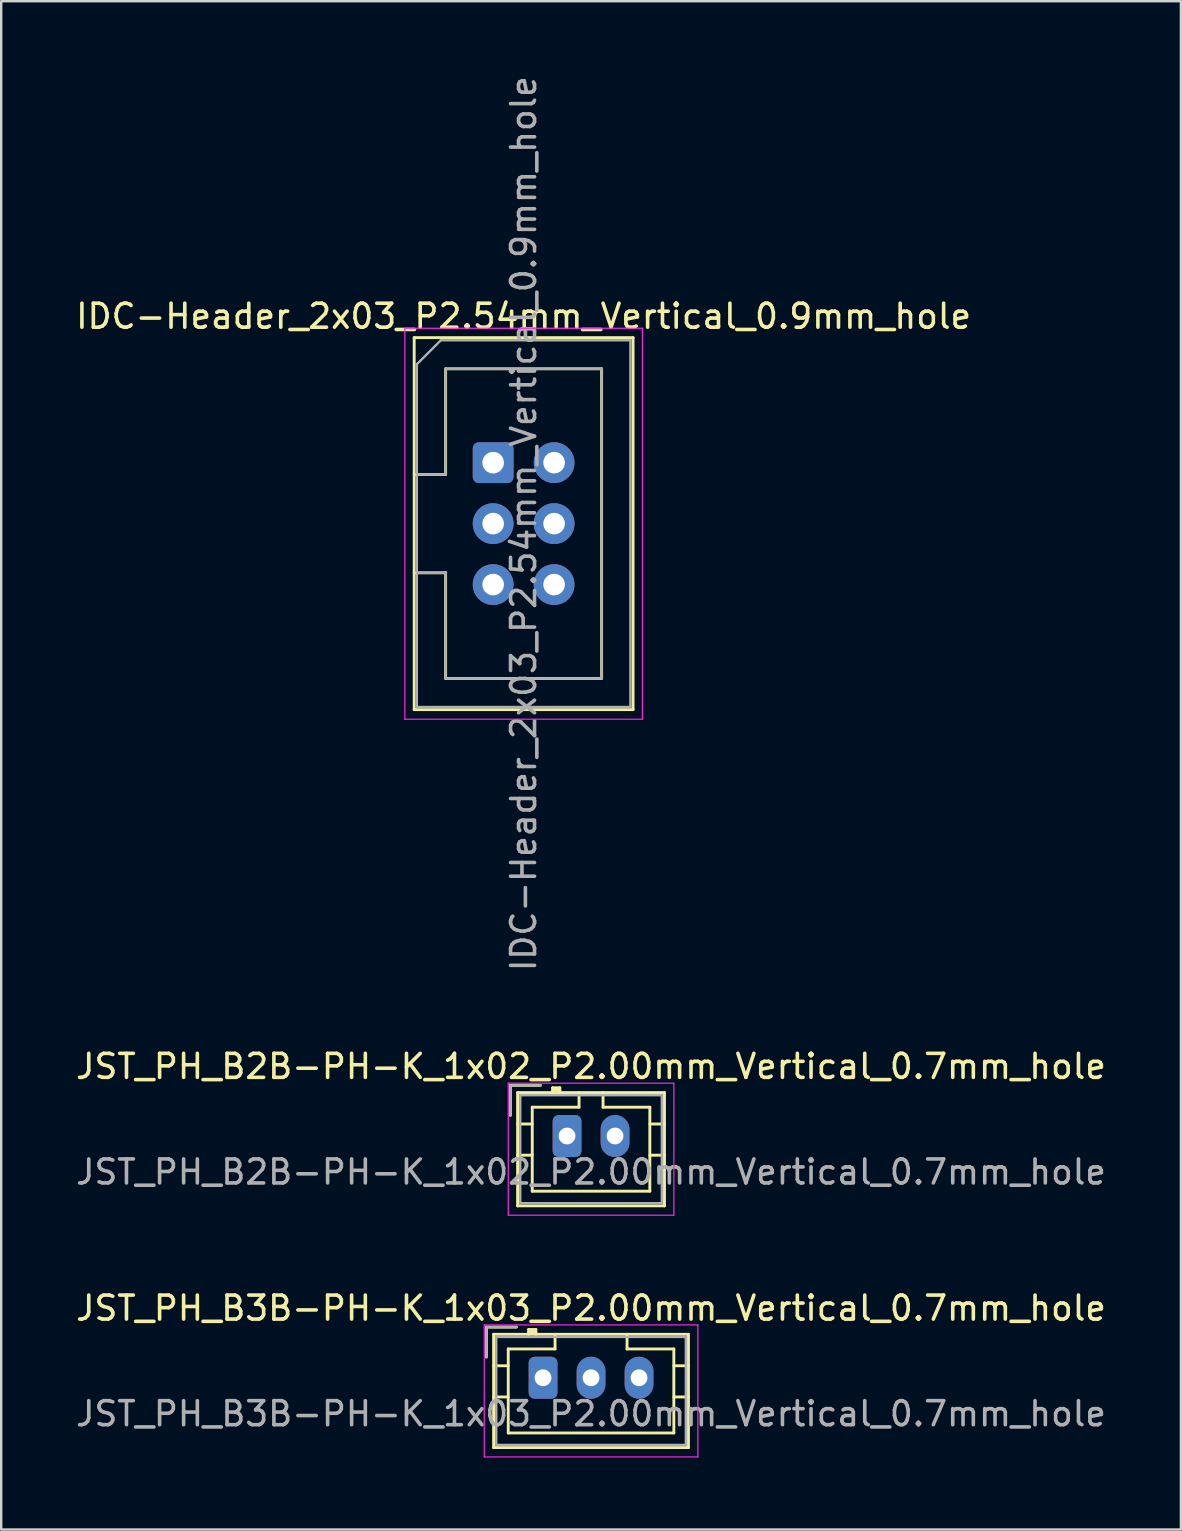
<source format=kicad_pcb>
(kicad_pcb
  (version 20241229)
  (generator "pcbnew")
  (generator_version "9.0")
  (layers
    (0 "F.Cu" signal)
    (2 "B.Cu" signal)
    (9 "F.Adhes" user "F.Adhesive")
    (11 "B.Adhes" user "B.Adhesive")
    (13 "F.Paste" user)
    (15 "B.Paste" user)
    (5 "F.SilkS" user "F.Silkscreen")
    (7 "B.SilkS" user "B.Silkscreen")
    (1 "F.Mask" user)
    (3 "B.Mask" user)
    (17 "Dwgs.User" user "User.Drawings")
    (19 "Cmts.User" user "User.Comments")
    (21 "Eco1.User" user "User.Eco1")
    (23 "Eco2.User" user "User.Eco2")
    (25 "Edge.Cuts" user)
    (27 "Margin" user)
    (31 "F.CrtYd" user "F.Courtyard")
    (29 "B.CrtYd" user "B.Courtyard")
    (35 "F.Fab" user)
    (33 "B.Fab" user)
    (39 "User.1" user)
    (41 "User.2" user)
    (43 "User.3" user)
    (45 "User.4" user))
  (footprint "IDC-Header_2x03_P2.54mm_Vertical_0.9mm_hole"
    (layer "F.Cu")
    (at 17.498 16.228)
    (property "Reference" "IDC-Header_2x03_P2.54mm_Vertical_0.9mm_hole" (at 1.27 -6.1 0) (layer "F.SilkS") (effects (font (size 1 1) (thickness 0.15))))
    (attr through_hole)
    (fp_line (start -3.29 -5.21) (end 5.83 -5.21) (stroke (width 0.12) (type solid)) (layer "F.SilkS"))
    (fp_line (start -3.29 0.49) (end -1.98 0.49) (stroke (width 0.12) (type solid)) (layer "F.SilkS"))
    (fp_line (start -3.29 10.29) (end -3.29 -5.21) (stroke (width 0.12) (type solid)) (layer "F.SilkS"))
    (fp_line (start -1.98 -3.91) (end 4.52 -3.91) (stroke (width 0.12) (type solid)) (layer "F.SilkS"))
    (fp_line (start -1.98 0.49) (end -1.98 -3.91) (stroke (width 0.12) (type solid)) (layer "F.SilkS"))
    (fp_line (start -1.98 4.59) (end -3.29 4.59) (stroke (width 0.12) (type solid)) (layer "F.SilkS"))
    (fp_line (start -1.98 4.59) (end -1.98 4.59) (stroke (width 0.12) (type solid)) (layer "F.SilkS"))
    (fp_line (start -1.98 8.99) (end -1.98 4.59) (stroke (width 0.12) (type solid)) (layer "F.SilkS"))
    (fp_line (start 4.52 -3.91) (end 4.52 8.99) (stroke (width 0.12) (type solid)) (layer "F.SilkS"))
    (fp_line (start 4.52 8.99) (end -1.98 8.99) (stroke (width 0.12) (type solid)) (layer "F.SilkS"))
    (fp_line (start 5.83 -5.21) (end 5.83 10.29) (stroke (width 0.12) (type solid)) (layer "F.SilkS"))
    (fp_line (start 5.83 10.29) (end -3.29 10.29) (stroke (width 0.12) (type solid)) (layer "F.SilkS"))
    (fp_line (start -3.68 -5.6) (end -3.68 10.69) (stroke (width 0.05) (type solid)) (layer "F.CrtYd"))
    (fp_line (start -3.68 10.69) (end 6.22 10.69) (stroke (width 0.05) (type solid)) (layer "F.CrtYd"))
    (fp_line (start 6.22 -5.6) (end -3.68 -5.6) (stroke (width 0.05) (type solid)) (layer "F.CrtYd"))
    (fp_line (start 6.22 10.69) (end 6.22 -5.6) (stroke (width 0.05) (type solid)) (layer "F.CrtYd"))
    (fp_line (start -3.18 -4.1) (end -2.18 -5.1) (stroke (width 0.1) (type solid)) (layer "F.Fab"))
    (fp_line (start -3.18 0.49) (end -1.98 0.49) (stroke (width 0.1) (type solid)) (layer "F.Fab"))
    (fp_line (start -3.18 10.18) (end -3.18 -4.1) (stroke (width 0.1) (type solid)) (layer "F.Fab"))
    (fp_line (start -2.18 -5.1) (end 5.72 -5.1) (stroke (width 0.1) (type solid)) (layer "F.Fab"))
    (fp_line (start -1.98 -3.91) (end 4.52 -3.91) (stroke (width 0.1) (type solid)) (layer "F.Fab"))
    (fp_line (start -1.98 0.49) (end -1.98 -3.91) (stroke (width 0.1) (type solid)) (layer "F.Fab"))
    (fp_line (start -1.98 4.59) (end -3.18 4.59) (stroke (width 0.1) (type solid)) (layer "F.Fab"))
    (fp_line (start -1.98 4.59) (end -1.98 4.59) (stroke (width 0.1) (type solid)) (layer "F.Fab"))
    (fp_line (start -1.98 8.99) (end -1.98 4.59) (stroke (width 0.1) (type solid)) (layer "F.Fab"))
    (fp_line (start 4.52 -3.91) (end 4.52 8.99) (stroke (width 0.1) (type solid)) (layer "F.Fab"))
    (fp_line (start 4.52 8.99) (end -1.98 8.99) (stroke (width 0.1) (type solid)) (layer "F.Fab"))
    (fp_line (start 5.72 -5.1) (end 5.72 10.18) (stroke (width 0.1) (type solid)) (layer "F.Fab"))
    (fp_line (start 5.72 10.18) (end -3.18 10.18) (stroke (width 0.1) (type solid)) (layer "F.Fab"))
    (fp_text user "${REFERENCE}" (at 1.27 2.54 90) (layer "F.Fab") (effects (font (size 1 1) (thickness 0.15))))
    (pad "1" thru_hole roundrect (at 0 0) (size 1.7 1.7) (drill 0.9) (layers "*.Cu" "*.Mask") (roundrect_rratio 0.147))
    (pad "2" thru_hole circle (at 2.54 0) (size 1.7 1.7) (drill 0.9) (layers "*.Cu" "*.Mask"))
    (pad "3" thru_hole circle (at 0 2.54) (size 1.7 1.7) (drill 0.9) (layers "*.Cu" "*.Mask"))
    (pad "4" thru_hole circle (at 2.54 2.54) (size 1.7 1.7) (drill 0.9) (layers "*.Cu" "*.Mask"))
    (pad "5" thru_hole circle (at 0 5.08) (size 1.7 1.7) (drill 0.9) (layers "*.Cu" "*.Mask"))
    (pad "6" thru_hole circle (at 2.54 5.08) (size 1.7 1.7) (drill 0.9) (layers "*.Cu" "*.Mask")))
  (footprint "JST_PH_B2B-PH-K_1x02_P2.00mm_Vertical_0.7mm_hole"
    (layer "F.Cu")
    (at 20.577 44.284)
    (property "Reference" "JST_PH_B2B-PH-K_1x02_P2.00mm_Vertical_0.7mm_hole" (at 1 -2.9 0) (layer "F.SilkS") (effects (font (size 1 1) (thickness 0.15))))
    (attr through_hole)
    (fp_line (start -2.36 -2.11) (end -2.36 -0.86) (stroke (width 0.12) (type solid)) (layer "F.SilkS"))
    (fp_line (start -2.06 -1.81) (end -2.06 2.91) (stroke (width 0.12) (type solid)) (layer "F.SilkS"))
    (fp_line (start -2.06 -0.5) (end -1.45 -0.5) (stroke (width 0.12) (type solid)) (layer "F.SilkS"))
    (fp_line (start -2.06 0.8) (end -1.45 0.8) (stroke (width 0.12) (type solid)) (layer "F.SilkS"))
    (fp_line (start -2.06 2.91) (end 4.06 2.91) (stroke (width 0.12) (type solid)) (layer "F.SilkS"))
    (fp_line (start -1.45 -1.2) (end -1.45 2.3) (stroke (width 0.12) (type solid)) (layer "F.SilkS"))
    (fp_line (start -1.45 2.3) (end 3.45 2.3) (stroke (width 0.12) (type solid)) (layer "F.SilkS"))
    (fp_line (start -1.11 -2.11) (end -2.36 -2.11) (stroke (width 0.12) (type solid)) (layer "F.SilkS"))
    (fp_line (start -0.6 -2.01) (end -0.6 -1.81) (stroke (width 0.12) (type solid)) (layer "F.SilkS"))
    (fp_line (start -0.3 -2.01) (end -0.6 -2.01) (stroke (width 0.12) (type solid)) (layer "F.SilkS"))
    (fp_line (start -0.3 -1.91) (end -0.6 -1.91) (stroke (width 0.12) (type solid)) (layer "F.SilkS"))
    (fp_line (start -0.3 -1.81) (end -0.3 -2.01) (stroke (width 0.12) (type solid)) (layer "F.SilkS"))
    (fp_line (start 0.5 -1.81) (end 0.5 -1.2) (stroke (width 0.12) (type solid)) (layer "F.SilkS"))
    (fp_line (start 0.5 -1.2) (end -1.45 -1.2) (stroke (width 0.12) (type solid)) (layer "F.SilkS"))
    (fp_line (start 1.5 -1.2) (end 1.5 -1.81) (stroke (width 0.12) (type solid)) (layer "F.SilkS"))
    (fp_line (start 3.45 -1.2) (end 1.5 -1.2) (stroke (width 0.12) (type solid)) (layer "F.SilkS"))
    (fp_line (start 3.45 2.3) (end 3.45 -1.2) (stroke (width 0.12) (type solid)) (layer "F.SilkS"))
    (fp_line (start 4.06 -1.81) (end -2.06 -1.81) (stroke (width 0.12) (type solid)) (layer "F.SilkS"))
    (fp_line (start 4.06 -0.5) (end 3.45 -0.5) (stroke (width 0.12) (type solid)) (layer "F.SilkS"))
    (fp_line (start 4.06 0.8) (end 3.45 0.8) (stroke (width 0.12) (type solid)) (layer "F.SilkS"))
    (fp_line (start 4.06 2.91) (end 4.06 -1.81) (stroke (width 0.12) (type solid)) (layer "F.SilkS"))
    (fp_line (start -2.45 -2.2) (end -2.45 3.3) (stroke (width 0.05) (type solid)) (layer "F.CrtYd"))
    (fp_line (start -2.45 3.3) (end 4.45 3.3) (stroke (width 0.05) (type solid)) (layer "F.CrtYd"))
    (fp_line (start 4.45 -2.2) (end -2.45 -2.2) (stroke (width 0.05) (type solid)) (layer "F.CrtYd"))
    (fp_line (start 4.45 3.3) (end 4.45 -2.2) (stroke (width 0.05) (type solid)) (layer "F.CrtYd"))
    (fp_line (start -2.36 -2.11) (end -2.36 -0.86) (stroke (width 0.1) (type solid)) (layer "F.Fab"))
    (fp_line (start -1.95 -1.7) (end -1.95 2.8) (stroke (width 0.1) (type solid)) (layer "F.Fab"))
    (fp_line (start -1.95 2.8) (end 3.95 2.8) (stroke (width 0.1) (type solid)) (layer "F.Fab"))
    (fp_line (start -1.11 -2.11) (end -2.36 -2.11) (stroke (width 0.1) (type solid)) (layer "F.Fab"))
    (fp_line (start 3.95 -1.7) (end -1.95 -1.7) (stroke (width 0.1) (type solid)) (layer "F.Fab"))
    (fp_line (start 3.95 2.8) (end 3.95 -1.7) (stroke (width 0.1) (type solid)) (layer "F.Fab"))
    (fp_text user "${REFERENCE}" (at 1 1.5 0) (layer "F.Fab") (effects (font (size 1 1) (thickness 0.15))))
    (pad "1" thru_hole roundrect (at 0 0) (size 1.2 1.75) (drill 0.7) (layers "*.Cu" "*.Mask") (roundrect_rratio 0.208))
    (pad "2" thru_hole oval (at 2 0) (size 1.2 1.75) (drill 0.7) (layers "*.Cu" "*.Mask")))
  (footprint "JST_PH_B3B-PH-K_1x03_P2.00mm_Vertical_0.7mm_hole"
    (layer "F.Cu")
    (at 19.577 54.357)
    (property "Reference" "JST_PH_B3B-PH-K_1x03_P2.00mm_Vertical_0.7mm_hole" (at 2 -2.9 0) (layer "F.SilkS") (effects (font (size 1 1) (thickness 0.15))))
    (attr through_hole)
    (fp_line (start -2.36 -2.11) (end -2.36 -0.86) (stroke (width 0.12) (type solid)) (layer "F.SilkS"))
    (fp_line (start -2.06 -1.81) (end -2.06 2.91) (stroke (width 0.12) (type solid)) (layer "F.SilkS"))
    (fp_line (start -2.06 -0.5) (end -1.45 -0.5) (stroke (width 0.12) (type solid)) (layer "F.SilkS"))
    (fp_line (start -2.06 0.8) (end -1.45 0.8) (stroke (width 0.12) (type solid)) (layer "F.SilkS"))
    (fp_line (start -2.06 2.91) (end 6.06 2.91) (stroke (width 0.12) (type solid)) (layer "F.SilkS"))
    (fp_line (start -1.45 -1.2) (end -1.45 2.3) (stroke (width 0.12) (type solid)) (layer "F.SilkS"))
    (fp_line (start -1.45 2.3) (end 5.45 2.3) (stroke (width 0.12) (type solid)) (layer "F.SilkS"))
    (fp_line (start -1.11 -2.11) (end -2.36 -2.11) (stroke (width 0.12) (type solid)) (layer "F.SilkS"))
    (fp_line (start -0.6 -2.01) (end -0.6 -1.81) (stroke (width 0.12) (type solid)) (layer "F.SilkS"))
    (fp_line (start -0.3 -2.01) (end -0.6 -2.01) (stroke (width 0.12) (type solid)) (layer "F.SilkS"))
    (fp_line (start -0.3 -1.91) (end -0.6 -1.91) (stroke (width 0.12) (type solid)) (layer "F.SilkS"))
    (fp_line (start -0.3 -1.81) (end -0.3 -2.01) (stroke (width 0.12) (type solid)) (layer "F.SilkS"))
    (fp_line (start 0.5 -1.81) (end 0.5 -1.2) (stroke (width 0.12) (type solid)) (layer "F.SilkS"))
    (fp_line (start 0.5 -1.2) (end -1.45 -1.2) (stroke (width 0.12) (type solid)) (layer "F.SilkS"))
    (fp_line (start 3.5 -1.2) (end 3.5 -1.81) (stroke (width 0.12) (type solid)) (layer "F.SilkS"))
    (fp_line (start 5.45 -1.2) (end 3.5 -1.2) (stroke (width 0.12) (type solid)) (layer "F.SilkS"))
    (fp_line (start 5.45 2.3) (end 5.45 -1.2) (stroke (width 0.12) (type solid)) (layer "F.SilkS"))
    (fp_line (start 6.06 -1.81) (end -2.06 -1.81) (stroke (width 0.12) (type solid)) (layer "F.SilkS"))
    (fp_line (start 6.06 -0.5) (end 5.45 -0.5) (stroke (width 0.12) (type solid)) (layer "F.SilkS"))
    (fp_line (start 6.06 0.8) (end 5.45 0.8) (stroke (width 0.12) (type solid)) (layer "F.SilkS"))
    (fp_line (start 6.06 2.91) (end 6.06 -1.81) (stroke (width 0.12) (type solid)) (layer "F.SilkS"))
    (fp_line (start -2.45 -2.2) (end -2.45 3.3) (stroke (width 0.05) (type solid)) (layer "F.CrtYd"))
    (fp_line (start -2.45 3.3) (end 6.45 3.3) (stroke (width 0.05) (type solid)) (layer "F.CrtYd"))
    (fp_line (start 6.45 -2.2) (end -2.45 -2.2) (stroke (width 0.05) (type solid)) (layer "F.CrtYd"))
    (fp_line (start 6.45 3.3) (end 6.45 -2.2) (stroke (width 0.05) (type solid)) (layer "F.CrtYd"))
    (fp_line (start -2.36 -2.11) (end -2.36 -0.86) (stroke (width 0.1) (type solid)) (layer "F.Fab"))
    (fp_line (start -1.95 -1.7) (end -1.95 2.8) (stroke (width 0.1) (type solid)) (layer "F.Fab"))
    (fp_line (start -1.95 2.8) (end 5.95 2.8) (stroke (width 0.1) (type solid)) (layer "F.Fab"))
    (fp_line (start -1.11 -2.11) (end -2.36 -2.11) (stroke (width 0.1) (type solid)) (layer "F.Fab"))
    (fp_line (start 5.95 -1.7) (end -1.95 -1.7) (stroke (width 0.1) (type solid)) (layer "F.Fab"))
    (fp_line (start 5.95 2.8) (end 5.95 -1.7) (stroke (width 0.1) (type solid)) (layer "F.Fab"))
    (fp_text user "${REFERENCE}" (at 2 1.5 0) (layer "F.Fab") (effects (font (size 1 1) (thickness 0.15))))
    (pad "1" thru_hole roundrect (at 0 0) (size 1.2 1.75) (drill 0.7) (layers "*.Cu" "*.Mask") (roundrect_rratio 0.208))
    (pad "2" thru_hole oval (at 2 0) (size 1.2 1.75) (drill 0.7) (layers "*.Cu" "*.Mask"))
    (pad "3" thru_hole oval (at 4 0) (size 1.2 1.75) (drill 0.7) (layers "*.Cu" "*.Mask")))
  (gr_rect
    (start -3 -3)
    (end 46.155 60.682)
    (stroke (width 0.1) (type default))
    (fill no)
    (layer "Edge.Cuts")))
</source>
